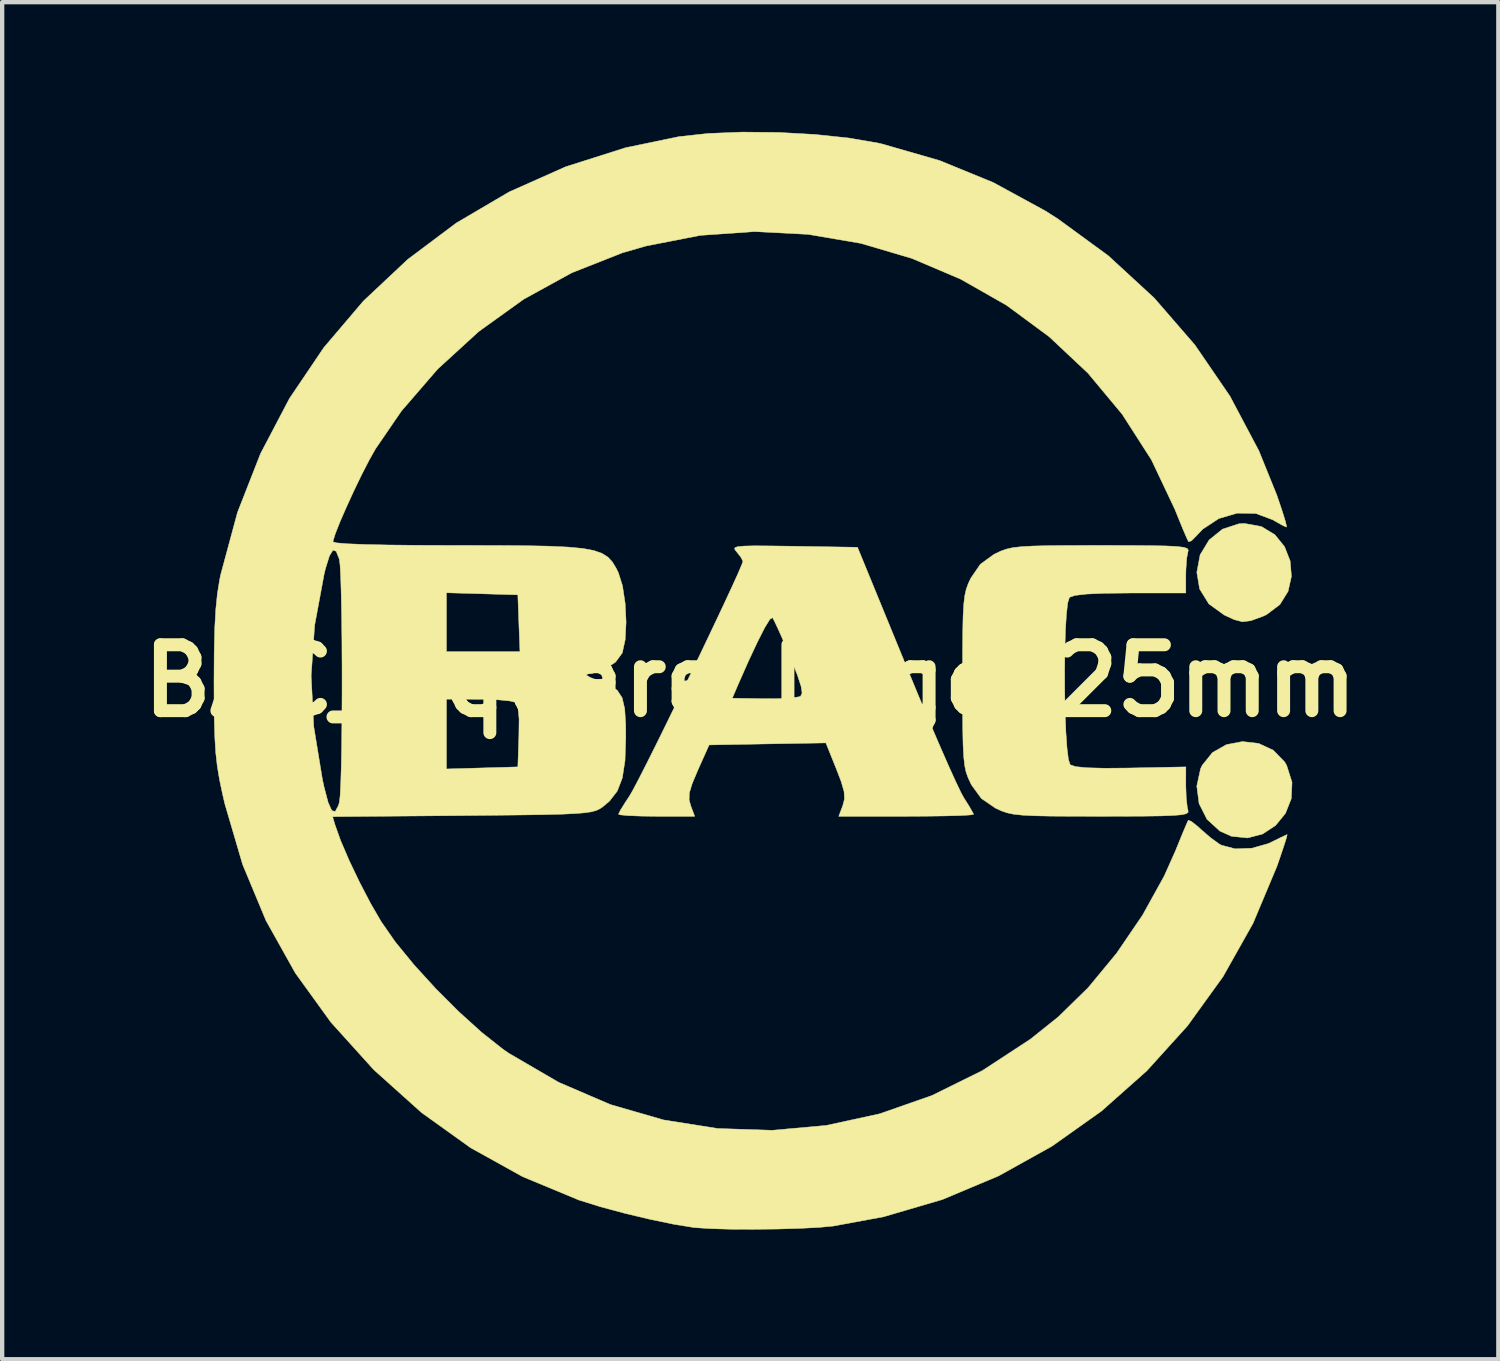
<source format=kicad_pcb>
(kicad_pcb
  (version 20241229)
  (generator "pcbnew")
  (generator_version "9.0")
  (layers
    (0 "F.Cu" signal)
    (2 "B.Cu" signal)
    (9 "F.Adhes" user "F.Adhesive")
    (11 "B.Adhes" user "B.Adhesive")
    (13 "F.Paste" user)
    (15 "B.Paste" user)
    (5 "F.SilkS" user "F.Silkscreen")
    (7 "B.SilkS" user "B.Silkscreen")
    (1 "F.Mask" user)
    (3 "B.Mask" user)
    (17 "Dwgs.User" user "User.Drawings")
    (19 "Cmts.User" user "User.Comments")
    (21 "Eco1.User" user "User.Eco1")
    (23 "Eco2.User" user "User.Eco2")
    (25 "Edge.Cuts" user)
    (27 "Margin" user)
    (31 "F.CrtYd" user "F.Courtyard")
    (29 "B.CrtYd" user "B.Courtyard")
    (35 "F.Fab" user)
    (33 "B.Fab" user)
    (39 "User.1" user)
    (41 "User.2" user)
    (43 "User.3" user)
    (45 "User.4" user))
  (footprint "BAC_Square_Logo_25mm"
    (layer "F.Cu")
    (at 14.304 12.699)
    (property "Reference" "BAC_Square_Logo_25mm" (at 0 0 0) (layer "F.SilkS") (effects (font (size 1.524 1.524) (thickness 0.3))))
    (attr through_hole)
    (fp_poly (pts (xy 11.76 1.447) (xy 12.099 1.605) (xy 12.362 1.876) (xy 12.408 1.956) (xy 12.532 2.347) (xy 12.515 2.724) (xy 12.38 3.065) (xy 12.151 3.345) (xy 11.851 3.542) (xy 11.504 3.633) (xy 11.132 3.595) (xy 10.863 3.475) (xy 10.564 3.201) (xy 10.382 2.839) (xy 10.329 2.434) (xy 10.416 2.033) (xy 10.452 1.956) (xy 10.691 1.658) (xy 11.016 1.474) (xy 11.386 1.404) (xy 11.76 1.447)) (stroke (width 0.01) (type solid)) (fill yes) (layer "F.SilkS"))
    (fp_poly (pts (xy 11.823 -3.57) (xy 12.135 -3.381) (xy 12.359 -3.104) (xy 12.489 -2.772) (xy 12.518 -2.417) (xy 12.441 -2.071) (xy 12.251 -1.765) (xy 11.942 -1.532) (xy 11.85 -1.49) (xy 11.58 -1.392) (xy 11.387 -1.367) (xy 11.192 -1.417) (xy 10.962 -1.524) (xy 10.607 -1.781) (xy 10.394 -2.126) (xy 10.33 -2.511) (xy 10.406 -2.916) (xy 10.614 -3.259) (xy 10.923 -3.509) (xy 11.301 -3.633) (xy 11.43 -3.641) (xy 11.823 -3.57)) (stroke (width 0.01) (type solid)) (fill yes) (layer "F.SilkS"))
    (fp_poly (pts (xy 0.483 -3.121) (xy 1.011 -3.114) (xy 1.014 -3.114) (xy 2.481 -3.09) (xy 3.601 -0.359) (xy 3.872 0.297) (xy 4.132 0.915) (xy 4.373 1.476) (xy 4.584 1.958) (xy 4.758 2.341) (xy 4.884 2.603) (xy 4.943 2.709) (xy 5.073 2.915) (xy 5.153 3.057) (xy 5.165 3.089) (xy 5.084 3.102) (xy 4.861 3.115) (xy 4.522 3.124) (xy 4.092 3.13) (xy 3.606 3.133) (xy 2.047 3.133) (xy 2.14 2.885) (xy 2.18 2.731) (xy 2.17 2.561) (xy 2.103 2.328) (xy 1.991 2.037) (xy 1.749 1.435) (xy 0.399 1.458) (xy -0.951 1.482) (xy -1.211 2.062) (xy -1.344 2.378) (xy -1.409 2.593) (xy -1.414 2.753) (xy -1.377 2.887) (xy -1.285 3.133) (xy -2.166 3.133) (xy -2.53 3.128) (xy -2.82 3.117) (xy -3.003 3.1) (xy -3.048 3.084) (xy -3.004 2.993) (xy -2.891 2.811) (xy -2.798 2.672) (xy -2.717 2.532) (xy -2.578 2.268) (xy -2.391 1.901) (xy -2.167 1.453) (xy -1.917 0.945) (xy -1.651 0.401) (xy -0.416 0.401) (xy 0.321 0.413) (xy 0.667 0.411) (xy 0.953 0.395) (xy 1.134 0.368) (xy 1.165 0.355) (xy 1.199 0.283) (xy 1.177 0.131) (xy 1.094 -0.125) (xy 0.943 -0.508) (xy 0.923 -0.556) (xy 0.775 -0.907) (xy 0.645 -1.199) (xy 0.551 -1.397) (xy 0.513 -1.464) (xy 0.452 -1.421) (xy 0.335 -1.231) (xy 0.17 -0.907) (xy -0.04 -0.459) (xy -0.287 0.1) (xy -0.303 0.137) (xy -0.416 0.401) (xy -1.651 0.401) (xy -1.65 0.399) (xy -1.377 -0.164) (xy -1.108 -0.722) (xy -0.855 -1.255) (xy -0.626 -1.739) (xy -0.433 -2.154) (xy -0.285 -2.479) (xy -0.195 -2.691) (xy -0.169 -2.767) (xy -0.22 -2.866) (xy -0.311 -2.98) (xy -0.356 -3.036) (xy -0.358 -3.077) (xy -0.296 -3.103) (xy -0.149 -3.118) (xy 0.103 -3.124) (xy 0.483 -3.121)) (stroke (width 0.01) (type solid)) (fill yes) (layer "F.SilkS"))
    (fp_poly (pts (xy 8.759 -3.132) (xy 9.255 -3.128) (xy 9.619 -3.121) (xy 9.87 -3.108) (xy 10.027 -3.089) (xy 10.108 -3.062) (xy 10.132 -3.026) (xy 10.127 -2.999) (xy 10.096 -2.838) (xy 10.078 -2.583) (xy 10.075 -2.448) (xy 10.075 -2.032) (xy 8.78 -2.032) (xy 8.201 -2.026) (xy 7.781 -2.008) (xy 7.513 -1.977) (xy 7.386 -1.933) (xy 7.383 -1.93) (xy 7.344 -1.808) (xy 7.314 -1.549) (xy 7.291 -1.182) (xy 7.278 -0.739) (xy 7.272 -0.251) (xy 7.274 0.254) (xy 7.284 0.743) (xy 7.301 1.186) (xy 7.327 1.554) (xy 7.359 1.815) (xy 7.399 1.939) (xy 7.401 1.941) (xy 7.527 1.984) (xy 7.79 2.01) (xy 8.2 2.021) (xy 8.768 2.016) (xy 8.798 2.015) (xy 10.076 1.99) (xy 10.075 2.427) (xy 10.085 2.706) (xy 10.109 2.927) (xy 10.127 2.999) (xy 10.128 3.041) (xy 10.085 3.073) (xy 9.977 3.097) (xy 9.786 3.113) (xy 9.494 3.124) (xy 9.082 3.13) (xy 8.53 3.132) (xy 8.113 3.133) (xy 7.465 3.132) (xy 6.963 3.129) (xy 6.583 3.121) (xy 6.302 3.107) (xy 6.095 3.085) (xy 5.939 3.052) (xy 5.811 3.008) (xy 5.686 2.951) (xy 5.669 2.942) (xy 5.346 2.721) (xy 5.12 2.41) (xy 5.101 2.374) (xy 5.041 2.246) (xy 4.994 2.117) (xy 4.961 1.964) (xy 4.938 1.761) (xy 4.923 1.484) (xy 4.915 1.111) (xy 4.911 0.615) (xy 4.911 0) (xy 4.911 -0.636) (xy 4.915 -1.127) (xy 4.923 -1.496) (xy 4.938 -1.769) (xy 4.962 -1.97) (xy 4.996 -2.122) (xy 5.043 -2.251) (xy 5.101 -2.374) (xy 5.322 -2.697) (xy 5.633 -2.924) (xy 5.669 -2.942) (xy 5.795 -3.002) (xy 5.922 -3.047) (xy 6.072 -3.081) (xy 6.271 -3.104) (xy 6.542 -3.119) (xy 6.908 -3.128) (xy 7.393 -3.132) (xy 8.02 -3.133) (xy 8.113 -3.133) (xy 8.759 -3.132)) (stroke (width 0.01) (type solid)) (fill yes) (layer "F.SilkS"))
    (fp_poly (pts (xy 0.653 -12.686) (xy 1.495 -12.639) (xy 2.284 -12.556) (xy 2.969 -12.438) (xy 3.049 -12.419) (xy 4.379 -12.036) (xy 5.622 -11.527) (xy 6.822 -10.873) (xy 7.112 -10.689) (xy 8.283 -9.833) (xy 9.344 -8.856) (xy 10.285 -7.77) (xy 11.095 -6.587) (xy 11.765 -5.322) (xy 12.18 -4.297) (xy 12.289 -3.976) (xy 12.368 -3.725) (xy 12.405 -3.579) (xy 12.403 -3.556) (xy 12.314 -3.596) (xy 12.138 -3.695) (xy 12.088 -3.725) (xy 11.695 -3.872) (xy 11.264 -3.879) (xy 10.84 -3.755) (xy 10.466 -3.509) (xy 10.324 -3.359) (xy 10.206 -3.24) (xy 10.139 -3.217) (xy 10.094 -3.31) (xy 10.003 -3.522) (xy 9.883 -3.816) (xy 9.823 -3.965) (xy 9.279 -5.114) (xy 8.604 -6.166) (xy 7.813 -7.116) (xy 6.917 -7.958) (xy 5.931 -8.686) (xy 4.867 -9.292) (xy 3.738 -9.772) (xy 2.558 -10.12) (xy 1.34 -10.328) (xy 0.097 -10.392) (xy -1.158 -10.304) (xy -2.412 -10.059) (xy -2.963 -9.899) (xy -4.128 -9.439) (xy -5.24 -8.828) (xy -6.28 -8.081) (xy -7.23 -7.213) (xy -8.07 -6.24) (xy -8.667 -5.368) (xy -8.812 -5.111) (xy -8.984 -4.777) (xy -9.165 -4.403) (xy -9.338 -4.026) (xy -9.488 -3.682) (xy -9.597 -3.407) (xy -9.65 -3.237) (xy -9.652 -3.216) (xy -9.569 -3.192) (xy -9.323 -3.171) (xy -8.922 -3.155) (xy -8.372 -3.143) (xy -7.682 -3.136) (xy -6.857 -3.133) (xy -6.775 -3.133) (xy -5.923 -3.132) (xy -5.224 -3.127) (xy -4.661 -3.116) (xy -4.217 -3.095) (xy -3.874 -3.063) (xy -3.617 -3.015) (xy -3.429 -2.949) (xy -3.293 -2.863) (xy -3.191 -2.753) (xy -3.108 -2.617) (xy -3.052 -2.506) (xy -2.955 -2.199) (xy -2.894 -1.795) (xy -2.872 -1.358) (xy -2.893 -0.952) (xy -2.96 -0.645) (xy -3.115 -0.435) (xy -3.374 -0.263) (xy -3.67 -0.169) (xy -3.742 -0.163) (xy -3.802 -0.139) (xy -3.699 -0.077) (xy -3.526 -0.011) (xy -3.257 0.097) (xy -3.075 0.22) (xy -2.963 0.392) (xy -2.904 0.646) (xy -2.881 1.016) (xy -2.879 1.307) (xy -2.897 1.843) (xy -2.959 2.245) (xy -3.075 2.548) (xy -3.257 2.783) (xy -3.414 2.915) (xy -3.483 2.961) (xy -3.565 2.999) (xy -3.675 3.029) (xy -3.833 3.052) (xy -4.055 3.07) (xy -4.361 3.084) (xy -4.766 3.094) (xy -5.29 3.102) (xy -5.95 3.109) (xy -6.657 3.116) (xy -9.661 3.141) (xy -9.606 3.327) (xy -9.475 3.694) (xy -9.278 4.154) (xy -9.037 4.658) (xy -8.778 5.154) (xy -8.538 5.568) (xy -8.209 6.041) (xy -7.775 6.571) (xy -7.273 7.121) (xy -6.74 7.654) (xy -6.211 8.132) (xy -5.722 8.519) (xy -5.588 8.612) (xy -4.433 9.285) (xy -3.235 9.8) (xy -2.004 10.156) (xy -0.754 10.354) (xy 0.504 10.396) (xy 1.757 10.283) (xy 2.994 10.014) (xy 4.202 9.591) (xy 5.369 9.015) (xy 6.483 8.286) (xy 7.128 7.77) (xy 7.817 7.096) (xy 8.475 6.299) (xy 9.072 5.423) (xy 9.576 4.513) (xy 9.837 3.928) (xy 9.962 3.62) (xy 10.063 3.378) (xy 10.124 3.24) (xy 10.134 3.223) (xy 10.206 3.253) (xy 10.355 3.371) (xy 10.436 3.446) (xy 10.651 3.631) (xy 10.85 3.774) (xy 10.895 3.8) (xy 11.215 3.885) (xy 11.602 3.871) (xy 11.985 3.763) (xy 12.065 3.725) (xy 12.271 3.623) (xy 12.4 3.563) (xy 12.419 3.556) (xy 12.403 3.63) (xy 12.34 3.828) (xy 12.243 4.116) (xy 12.18 4.297) (xy 11.629 5.61) (xy 10.936 6.841) (xy 10.113 7.981) (xy 9.171 9.022) (xy 8.122 9.953) (xy 6.977 10.765) (xy 5.747 11.45) (xy 4.445 11.997) (xy 3.081 12.397) (xy 1.92 12.611) (xy 1.589 12.642) (xy 1.141 12.665) (xy 0.621 12.68) (xy 0.076 12.686) (xy -0.449 12.684) (xy -0.908 12.671) (xy -1.254 12.649) (xy -1.312 12.643) (xy -1.769 12.569) (xy -2.323 12.454) (xy -2.911 12.314) (xy -3.471 12.163) (xy -3.939 12.017) (xy -3.969 12.007) (xy -5.264 11.469) (xy -6.469 10.8) (xy -7.602 9.988) (xy -8.679 9.022) (xy -8.724 8.978) (xy -9.7 7.897) (xy -10.523 6.758) (xy -11.201 5.546) (xy -11.742 4.247) (xy -12.154 2.844) (xy -12.207 2.615) (xy -12.277 2.283) (xy -12.328 1.976) (xy -12.364 1.659) (xy -12.386 1.295) (xy -12.399 0.849) (xy -12.403 0.284) (xy -12.404 0) (xy -12.403 -0.121) (xy -10.157 -0.121) (xy -10.097 1.055) (xy -9.896 2.282) (xy -9.856 2.463) (xy -9.763 2.815) (xy -9.679 3) (xy -9.601 3.023) (xy -9.527 2.886) (xy -9.505 2.815) (xy -9.487 2.664) (xy -9.472 2.371) (xy -9.462 2.038) (xy -7.027 2.038) (xy -6.202 2.014) (xy -5.376 1.99) (xy -5.352 1.277) (xy -5.347 0.883) (xy -5.369 0.634) (xy -5.419 0.509) (xy -5.436 0.495) (xy -5.567 0.464) (xy -5.82 0.439) (xy -6.15 0.426) (xy -6.287 0.425) (xy -7.027 0.423) (xy -7.027 2.038) (xy -9.462 2.038) (xy -9.46 1.96) (xy -9.451 1.458) (xy -9.445 0.892) (xy -9.442 0.288) (xy -9.442 -0.329) (xy -9.444 -0.677) (xy -7.027 -0.677) (xy -5.327 -0.677) (xy -5.352 -1.333) (xy -5.376 -1.99) (xy -6.202 -2.014) (xy -7.027 -2.038) (xy -7.027 -0.677) (xy -9.444 -0.677) (xy -9.445 -0.932) (xy -9.452 -1.494) (xy -9.461 -1.991) (xy -9.473 -2.394) (xy -9.488 -2.679) (xy -9.505 -2.815) (xy -9.578 -2.998) (xy -9.653 -3.024) (xy -9.734 -2.891) (xy -9.826 -2.594) (xy -9.855 -2.477) (xy -10.076 -1.285) (xy -10.157 -0.121) (xy -12.403 -0.121) (xy -12.4 -0.676) (xy -12.387 -1.216) (xy -12.363 -1.651) (xy -12.326 -2.014) (xy -12.274 -2.337) (xy -12.25 -2.455) (xy -11.861 -3.896) (xy -11.327 -5.258) (xy -10.659 -6.531) (xy -9.863 -7.71) (xy -8.949 -8.785) (xy -7.924 -9.748) (xy -6.797 -10.593) (xy -5.576 -11.31) (xy -4.269 -11.892) (xy -2.885 -12.332) (xy -1.652 -12.588) (xy -0.974 -12.662) (xy -0.188 -12.694) (xy 0.653 -12.686)) (stroke (width 0.01) (type solid)) (fill yes) (layer "F.SilkS")))
  (gr_rect
    (start -3 -3)
    (end 31.608 28.39)
    (stroke (width 0.1) (type default))
    (fill no)
    (layer "Edge.Cuts")))
</source>
